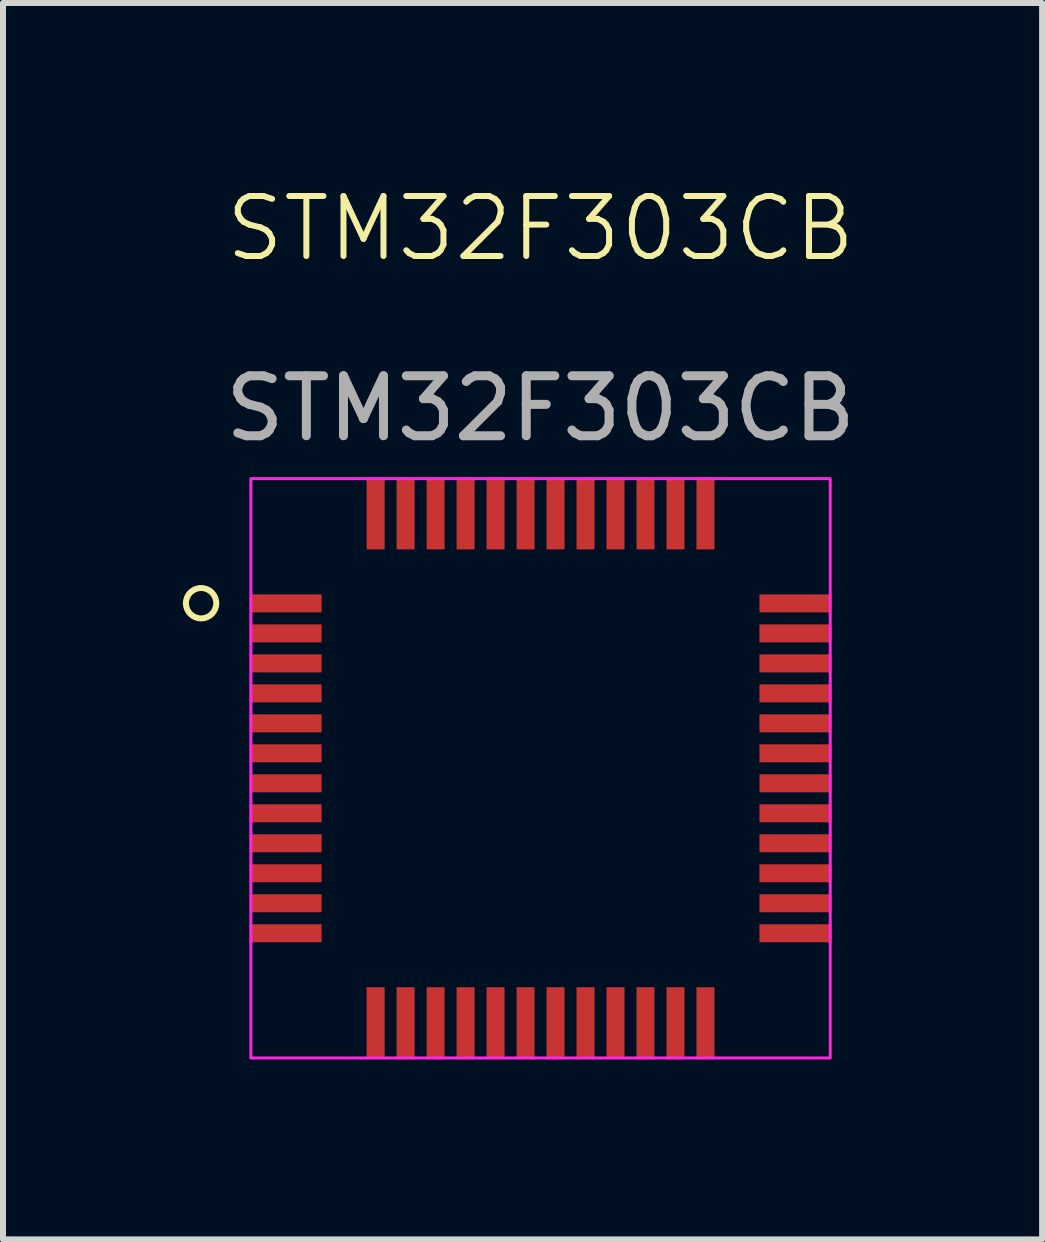
<source format=kicad_pcb>
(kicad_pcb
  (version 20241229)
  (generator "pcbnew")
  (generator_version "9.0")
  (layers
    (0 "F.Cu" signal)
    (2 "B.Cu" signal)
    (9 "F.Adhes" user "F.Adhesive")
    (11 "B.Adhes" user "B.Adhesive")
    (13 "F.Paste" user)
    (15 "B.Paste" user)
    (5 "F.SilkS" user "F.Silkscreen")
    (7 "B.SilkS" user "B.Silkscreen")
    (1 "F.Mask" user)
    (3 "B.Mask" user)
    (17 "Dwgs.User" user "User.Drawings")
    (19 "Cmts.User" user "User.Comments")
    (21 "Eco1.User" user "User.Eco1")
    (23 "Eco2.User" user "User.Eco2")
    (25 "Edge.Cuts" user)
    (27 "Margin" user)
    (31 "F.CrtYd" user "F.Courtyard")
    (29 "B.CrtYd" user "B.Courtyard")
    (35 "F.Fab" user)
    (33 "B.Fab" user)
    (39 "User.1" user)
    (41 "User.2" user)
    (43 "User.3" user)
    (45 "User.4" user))
  (footprint "STM32F303CB"
    (layer "F.Cu")
    (at 5.963 9.761)
    (property "Reference" "STM32F303CB" (at 0 -9 0) (unlocked yes) (layer "F.SilkS") (effects (font (size 1 1) (thickness 0.1))))
    (attr smd)
    (fp_circle (center -5.66 -2.753) (end -5.91 -2.793) (stroke (width 0.1) (type default)) (fill no) (layer "F.SilkS"))
    (fp_rect (start -4.83 -4.83) (end 4.83 4.83) (stroke (width 0.05) (type solid)) (fill no) (layer "F.CrtYd"))
    (fp_text user "${REFERENCE}" (at 0 -6 0) (unlocked yes) (layer "F.Fab") (effects (font (size 1 1) (thickness 0.15))))
    (pad "1" smd rect (at -4.25 -2.75 270) (size 0.3 1.2) (layers "F.Cu" "F.Mask" "F.Paste"))
    (pad "2" smd rect (at -4.25 -2.25 270) (size 0.3 1.2) (layers "F.Cu" "F.Mask" "F.Paste"))
    (pad "3" smd rect (at -4.25 -1.75 270) (size 0.3 1.2) (layers "F.Cu" "F.Mask" "F.Paste"))
    (pad "4" smd rect (at -4.25 -1.25 270) (size 0.3 1.2) (layers "F.Cu" "F.Mask" "F.Paste"))
    (pad "5" smd rect (at -4.25 -0.75 270) (size 0.3 1.2) (layers "F.Cu" "F.Mask" "F.Paste"))
    (pad "6" smd rect (at -4.25 -0.25 270) (size 0.3 1.2) (layers "F.Cu" "F.Mask" "F.Paste"))
    (pad "7" smd rect (at -4.25 0.25 270) (size 0.3 1.2) (layers "F.Cu" "F.Mask" "F.Paste"))
    (pad "8" smd rect (at -4.25 0.75 270) (size 0.3 1.2) (layers "F.Cu" "F.Mask" "F.Paste"))
    (pad "9" smd rect (at -4.25 1.25 270) (size 0.3 1.2) (layers "F.Cu" "F.Mask" "F.Paste"))
    (pad "10" smd rect (at -4.25 1.75 270) (size 0.3 1.2) (layers "F.Cu" "F.Mask" "F.Paste"))
    (pad "11" smd rect (at -4.25 2.25 270) (size 0.3 1.2) (layers "F.Cu" "F.Mask" "F.Paste"))
    (pad "12" smd rect (at -4.25 2.75 270) (size 0.3 1.2) (layers "F.Cu" "F.Mask" "F.Paste"))
    (pad "13" smd rect (at -2.75 4.25) (size 0.3 1.2) (layers "F.Cu" "F.Mask" "F.Paste"))
    (pad "14" smd rect (at -2.25 4.25) (size 0.3 1.2) (layers "F.Cu" "F.Mask" "F.Paste"))
    (pad "15" smd rect (at -1.75 4.25) (size 0.3 1.2) (layers "F.Cu" "F.Mask" "F.Paste"))
    (pad "16" smd rect (at -1.25 4.25) (size 0.3 1.2) (layers "F.Cu" "F.Mask" "F.Paste"))
    (pad "17" smd rect (at -0.75 4.25) (size 0.3 1.2) (layers "F.Cu" "F.Mask" "F.Paste"))
    (pad "18" smd rect (at -0.25 4.25) (size 0.3 1.2) (layers "F.Cu" "F.Mask" "F.Paste"))
    (pad "19" smd rect (at 0.25 4.25) (size 0.3 1.2) (layers "F.Cu" "F.Mask" "F.Paste"))
    (pad "20" smd rect (at 0.75 4.25) (size 0.3 1.2) (layers "F.Cu" "F.Mask" "F.Paste"))
    (pad "21" smd rect (at 1.25 4.25) (size 0.3 1.2) (layers "F.Cu" "F.Mask" "F.Paste"))
    (pad "22" smd rect (at 1.75 4.25) (size 0.3 1.2) (layers "F.Cu" "F.Mask" "F.Paste"))
    (pad "23" smd rect (at 2.25 4.25) (size 0.3 1.2) (layers "F.Cu" "F.Mask" "F.Paste"))
    (pad "24" smd rect (at 2.75 4.25) (size 0.3 1.2) (layers "F.Cu" "F.Mask" "F.Paste"))
    (pad "25" smd rect (at 4.25 2.75 90) (size 0.3 1.2) (layers "F.Cu" "F.Mask" "F.Paste"))
    (pad "26" smd rect (at 4.25 2.25 90) (size 0.3 1.2) (layers "F.Cu" "F.Mask" "F.Paste"))
    (pad "27" smd rect (at 4.25 1.75 90) (size 0.3 1.2) (layers "F.Cu" "F.Mask" "F.Paste"))
    (pad "28" smd rect (at 4.25 1.25 90) (size 0.3 1.2) (layers "F.Cu" "F.Mask" "F.Paste"))
    (pad "29" smd rect (at 4.25 0.75 90) (size 0.3 1.2) (layers "F.Cu" "F.Mask" "F.Paste"))
    (pad "30" smd rect (at 4.25 0.25 90) (size 0.3 1.2) (layers "F.Cu" "F.Mask" "F.Paste"))
    (pad "31" smd rect (at 4.25 -0.25 90) (size 0.3 1.2) (layers "F.Cu" "F.Mask" "F.Paste"))
    (pad "32" smd rect (at 4.25 -0.75 90) (size 0.3 1.2) (layers "F.Cu" "F.Mask" "F.Paste"))
    (pad "33" smd rect (at 4.25 -1.25 90) (size 0.3 1.2) (layers "F.Cu" "F.Mask" "F.Paste"))
    (pad "34" smd rect (at 4.25 -1.75 90) (size 0.3 1.2) (layers "F.Cu" "F.Mask" "F.Paste"))
    (pad "35" smd rect (at 4.25 -2.25 90) (size 0.3 1.2) (layers "F.Cu" "F.Mask" "F.Paste"))
    (pad "36" smd rect (at 4.25 -2.75 90) (size 0.3 1.2) (layers "F.Cu" "F.Mask" "F.Paste"))
    (pad "37" smd rect (at 2.75 -4.25 180) (size 0.3 1.2) (layers "F.Cu" "F.Mask" "F.Paste"))
    (pad "38" smd rect (at 2.25 -4.25 180) (size 0.3 1.2) (layers "F.Cu" "F.Mask" "F.Paste"))
    (pad "39" smd rect (at 1.75 -4.25 180) (size 0.3 1.2) (layers "F.Cu" "F.Mask" "F.Paste"))
    (pad "40" smd rect (at 1.25 -4.25 180) (size 0.3 1.2) (layers "F.Cu" "F.Mask" "F.Paste"))
    (pad "41" smd rect (at 0.75 -4.25 180) (size 0.3 1.2) (layers "F.Cu" "F.Mask" "F.Paste"))
    (pad "42" smd rect (at 0.25 -4.25 180) (size 0.3 1.2) (layers "F.Cu" "F.Mask" "F.Paste"))
    (pad "43" smd rect (at -0.25 -4.25 180) (size 0.3 1.2) (layers "F.Cu" "F.Mask" "F.Paste"))
    (pad "44" smd rect (at -0.75 -4.25 180) (size 0.3 1.2) (layers "F.Cu" "F.Mask" "F.Paste"))
    (pad "45" smd rect (at -1.25 -4.25 180) (size 0.3 1.2) (layers "F.Cu" "F.Mask" "F.Paste"))
    (pad "46" smd rect (at -1.75 -4.25 180) (size 0.3 1.2) (layers "F.Cu" "F.Mask" "F.Paste"))
    (pad "47" smd rect (at -2.25 -4.25 180) (size 0.3 1.2) (layers "F.Cu" "F.Mask" "F.Paste"))
    (pad "48" smd rect (at -2.75 -4.25 180) (size 0.3 1.2) (layers "F.Cu" "F.Mask" "F.Paste")))
  (gr_rect
    (start -3 -3)
    (end 14.326 17.616)
    (stroke (width 0.1) (type default))
    (fill no)
    (layer "Edge.Cuts")))
</source>
